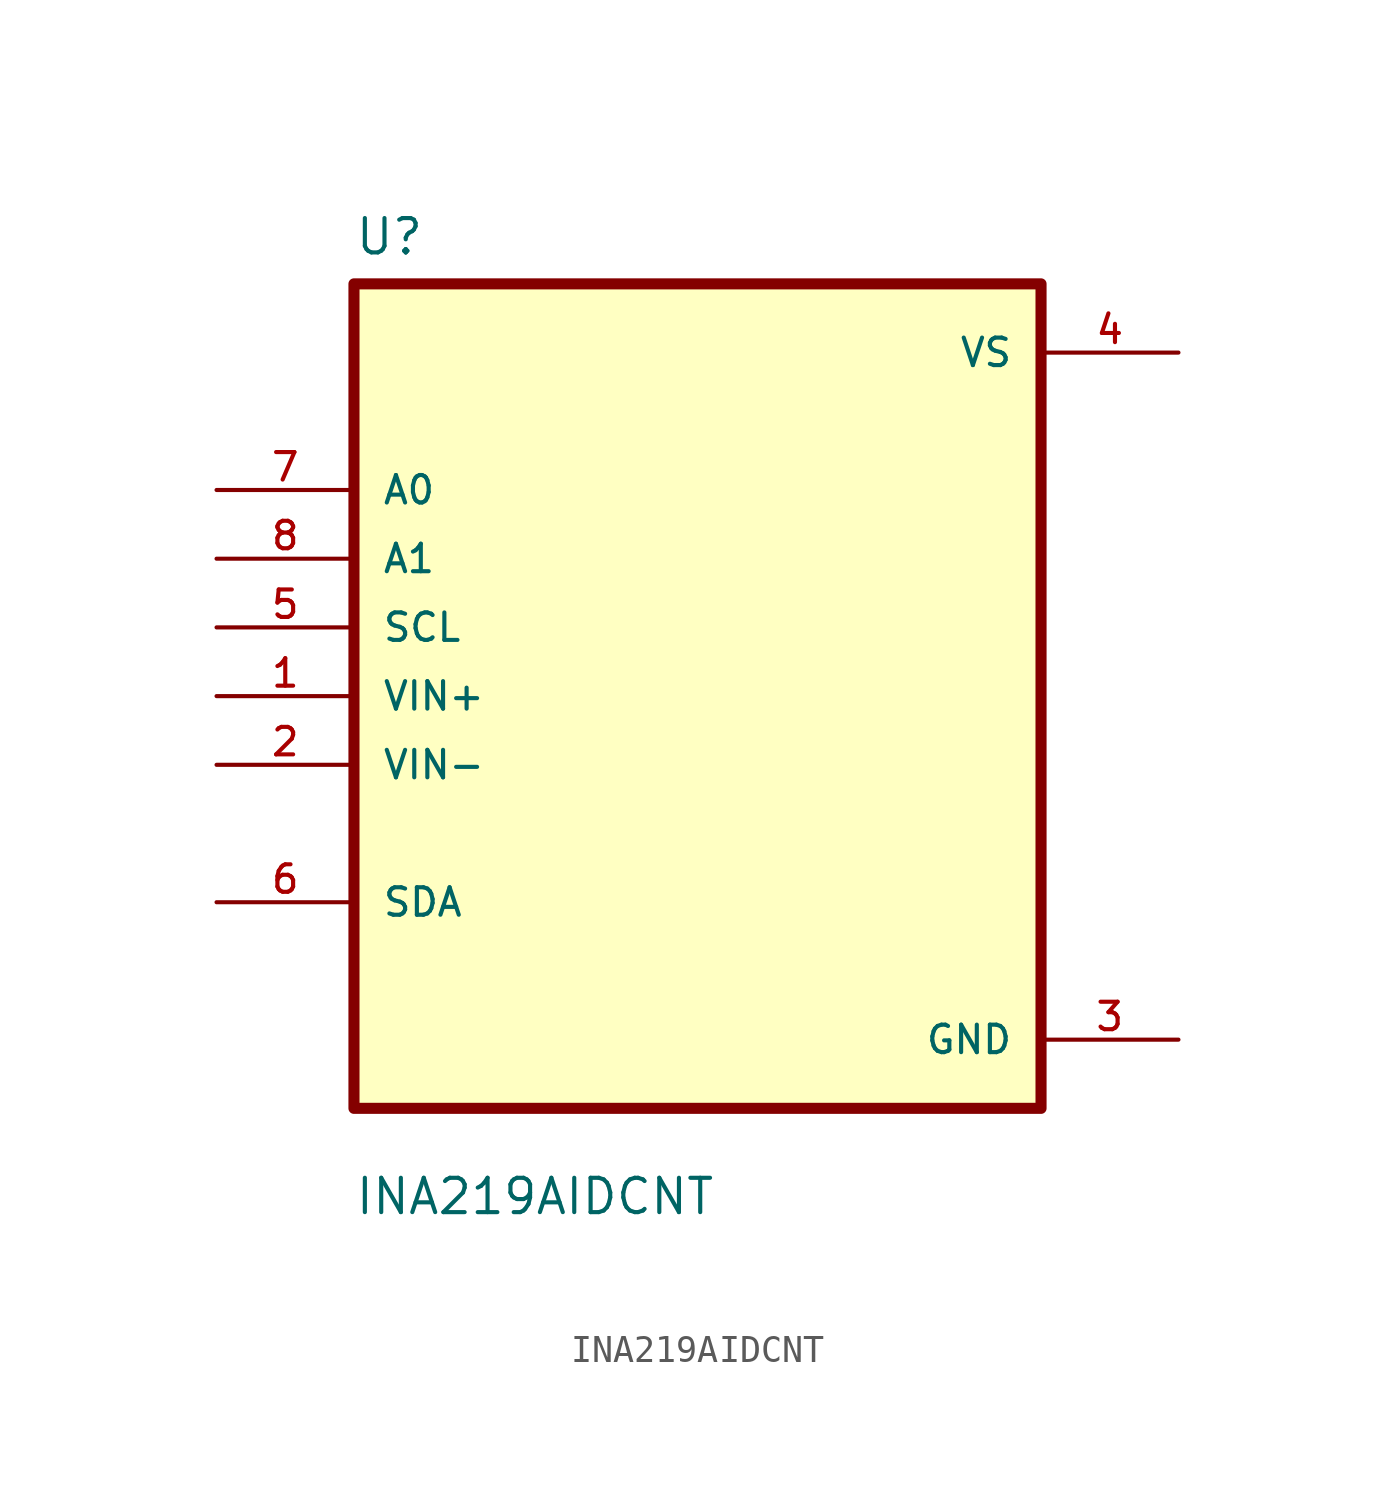
<source format=kicad_sym>
(kicad_symbol_lib
  (version 20211014)
  (generator kicad_symbol_editor)
  (symbol "INA219AIDCNT"
    (pin_names
      (offset 1.016))
    (property "Reference" "U"
      (at -12.7 16.24 0.0)
      (effects (font (size 1.27 1.27)) (justify bottom left)))
    (property "Value" "INA219AIDCNT"
      (at -12.7 -19.24 0.0)
      (effects (font (size 1.27 1.27)) (justify bottom left)))
    (symbol "INA219AIDCNT_0_0"
      (rectangle (start -12.7 -15.24) (end 12.7 15.24) (stroke (width 0.41)) (fill (type background)))
      (pin input line (at -17.78 7.62 0) (length 5.08) (name "A0" (effects (font (size 1.016 1.016)))) (number "7" (effects (font (size 1.016 1.016)))))
      (pin input line (at -17.78 5.08 0) (length 5.08) (name "A1" (effects (font (size 1.016 1.016)))) (number "8" (effects (font (size 1.016 1.016)))))
      (pin input line (at -17.78 2.54 0) (length 5.08) (name "SCL" (effects (font (size 1.016 1.016)))) (number "5" (effects (font (size 1.016 1.016)))))
      (pin input line (at -17.78 0.0 0) (length 5.08) (name "VIN+" (effects (font (size 1.016 1.016)))) (number "1" (effects (font (size 1.016 1.016)))))
      (pin input line (at -17.78 -2.54 0) (length 5.08) (name "VIN-" (effects (font (size 1.016 1.016)))) (number "2" (effects (font (size 1.016 1.016)))))
      (pin bidirectional line (at -17.78 -7.62 0) (length 5.08) (name "SDA" (effects (font (size 1.016 1.016)))) (number "6" (effects (font (size 1.016 1.016)))))
      (pin power_in line (at 17.78 12.7 180.0) (length 5.08) (name "VS" (effects (font (size 1.016 1.016)))) (number "4" (effects (font (size 1.016 1.016)))))
      (pin power_in line (at 17.78 -12.7 180.0) (length 5.08) (name "GND" (effects (font (size 1.016 1.016)))) (number "3" (effects (font (size 1.016 1.016))))))))
</source>
